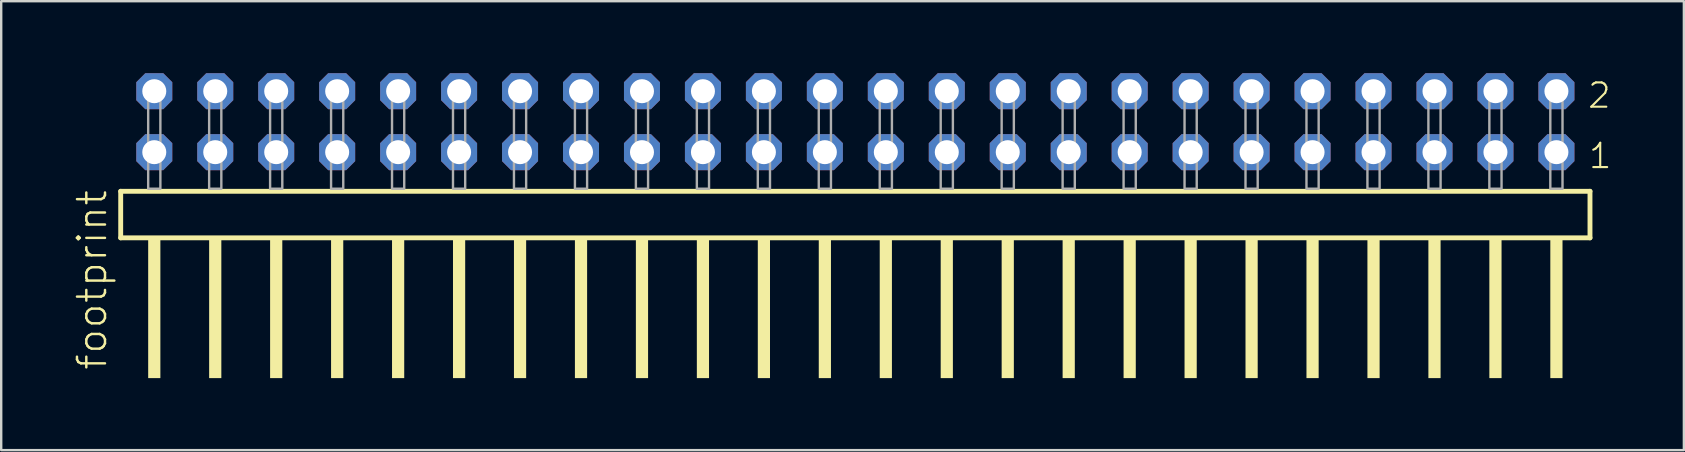
<source format=kicad_pcb>
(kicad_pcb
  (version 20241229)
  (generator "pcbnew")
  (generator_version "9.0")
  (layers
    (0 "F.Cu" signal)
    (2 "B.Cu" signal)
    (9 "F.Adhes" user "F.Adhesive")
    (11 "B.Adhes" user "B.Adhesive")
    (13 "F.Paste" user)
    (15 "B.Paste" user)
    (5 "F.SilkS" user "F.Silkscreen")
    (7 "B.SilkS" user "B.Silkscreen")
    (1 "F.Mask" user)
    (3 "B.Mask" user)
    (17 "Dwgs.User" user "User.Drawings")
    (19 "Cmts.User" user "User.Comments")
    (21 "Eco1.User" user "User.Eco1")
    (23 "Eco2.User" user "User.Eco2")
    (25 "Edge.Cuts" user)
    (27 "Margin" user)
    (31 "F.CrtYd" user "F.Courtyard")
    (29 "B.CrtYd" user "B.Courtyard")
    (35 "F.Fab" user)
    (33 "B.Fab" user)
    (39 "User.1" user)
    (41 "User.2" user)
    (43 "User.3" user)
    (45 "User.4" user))
  (footprint "footprint"
    (layer "F.Cu")
    (at 32.588 4.814)
    (property "Reference" "footprint" (at -31.115 7.62 90) (layer "F.SilkS") (effects (font (size 1.168 1.168) (thickness 0.102)) (justify left bottom)))
    (fp_line (start -30.609 0.106) (end -30.609 2.046) (stroke (width 0.203) (type solid)) (layer "F.SilkS"))
    (fp_line (start -30.609 2.046) (end 30.609 2.046) (stroke (width 0.203) (type solid)) (layer "F.SilkS"))
    (fp_line (start 30.609 0.106) (end -30.609 0.106) (stroke (width 0.203) (type solid)) (layer "F.SilkS"))
    (fp_line (start 30.609 2.046) (end 30.609 0.106) (stroke (width 0.203) (type solid)) (layer "F.SilkS"))
    (fp_poly (pts (xy -29.464 7.89) (xy -28.956 7.89) (xy -28.956 2.04) (xy -29.464 2.04)) (stroke (width 0) (type solid)) (fill yes) (layer "F.SilkS"))
    (fp_poly (pts (xy -26.924 7.89) (xy -26.416 7.89) (xy -26.416 2.04) (xy -26.924 2.04)) (stroke (width 0) (type solid)) (fill yes) (layer "F.SilkS"))
    (fp_poly (pts (xy -24.384 7.89) (xy -23.876 7.89) (xy -23.876 2.04) (xy -24.384 2.04)) (stroke (width 0) (type solid)) (fill yes) (layer "F.SilkS"))
    (fp_poly (pts (xy -21.844 7.89) (xy -21.336 7.89) (xy -21.336 2.04) (xy -21.844 2.04)) (stroke (width 0) (type solid)) (fill yes) (layer "F.SilkS"))
    (fp_poly (pts (xy -19.304 7.89) (xy -18.796 7.89) (xy -18.796 2.04) (xy -19.304 2.04)) (stroke (width 0) (type solid)) (fill yes) (layer "F.SilkS"))
    (fp_poly (pts (xy -16.764 7.89) (xy -16.256 7.89) (xy -16.256 2.04) (xy -16.764 2.04)) (stroke (width 0) (type solid)) (fill yes) (layer "F.SilkS"))
    (fp_poly (pts (xy -14.224 7.89) (xy -13.716 7.89) (xy -13.716 2.04) (xy -14.224 2.04)) (stroke (width 0) (type solid)) (fill yes) (layer "F.SilkS"))
    (fp_poly (pts (xy -11.684 7.89) (xy -11.176 7.89) (xy -11.176 2.04) (xy -11.684 2.04)) (stroke (width 0) (type solid)) (fill yes) (layer "F.SilkS"))
    (fp_poly (pts (xy -9.144 7.89) (xy -8.636 7.89) (xy -8.636 2.04) (xy -9.144 2.04)) (stroke (width 0) (type solid)) (fill yes) (layer "F.SilkS"))
    (fp_poly (pts (xy -6.604 7.89) (xy -6.096 7.89) (xy -6.096 2.04) (xy -6.604 2.04)) (stroke (width 0) (type solid)) (fill yes) (layer "F.SilkS"))
    (fp_poly (pts (xy -4.064 7.89) (xy -3.556 7.89) (xy -3.556 2.04) (xy -4.064 2.04)) (stroke (width 0) (type solid)) (fill yes) (layer "F.SilkS"))
    (fp_poly (pts (xy -1.524 7.89) (xy -1.016 7.89) (xy -1.016 2.04) (xy -1.524 2.04)) (stroke (width 0) (type solid)) (fill yes) (layer "F.SilkS"))
    (fp_poly (pts (xy 1.016 7.89) (xy 1.524 7.89) (xy 1.524 2.04) (xy 1.016 2.04)) (stroke (width 0) (type solid)) (fill yes) (layer "F.SilkS"))
    (fp_poly (pts (xy 3.556 7.89) (xy 4.064 7.89) (xy 4.064 2.04) (xy 3.556 2.04)) (stroke (width 0) (type solid)) (fill yes) (layer "F.SilkS"))
    (fp_poly (pts (xy 6.096 7.89) (xy 6.604 7.89) (xy 6.604 2.04) (xy 6.096 2.04)) (stroke (width 0) (type solid)) (fill yes) (layer "F.SilkS"))
    (fp_poly (pts (xy 8.636 7.89) (xy 9.144 7.89) (xy 9.144 2.04) (xy 8.636 2.04)) (stroke (width 0) (type solid)) (fill yes) (layer "F.SilkS"))
    (fp_poly (pts (xy 11.176 7.89) (xy 11.684 7.89) (xy 11.684 2.04) (xy 11.176 2.04)) (stroke (width 0) (type solid)) (fill yes) (layer "F.SilkS"))
    (fp_poly (pts (xy 13.716 7.89) (xy 14.224 7.89) (xy 14.224 2.04) (xy 13.716 2.04)) (stroke (width 0) (type solid)) (fill yes) (layer "F.SilkS"))
    (fp_poly (pts (xy 16.256 7.89) (xy 16.764 7.89) (xy 16.764 2.04) (xy 16.256 2.04)) (stroke (width 0) (type solid)) (fill yes) (layer "F.SilkS"))
    (fp_poly (pts (xy 18.796 7.89) (xy 19.304 7.89) (xy 19.304 2.04) (xy 18.796 2.04)) (stroke (width 0) (type solid)) (fill yes) (layer "F.SilkS"))
    (fp_poly (pts (xy 21.336 7.89) (xy 21.844 7.89) (xy 21.844 2.04) (xy 21.336 2.04)) (stroke (width 0) (type solid)) (fill yes) (layer "F.SilkS"))
    (fp_poly (pts (xy 23.876 7.89) (xy 24.384 7.89) (xy 24.384 2.04) (xy 23.876 2.04)) (stroke (width 0) (type solid)) (fill yes) (layer "F.SilkS"))
    (fp_poly (pts (xy 26.416 7.89) (xy 26.924 7.89) (xy 26.924 2.04) (xy 26.416 2.04)) (stroke (width 0) (type solid)) (fill yes) (layer "F.SilkS"))
    (fp_poly (pts (xy 28.956 7.89) (xy 29.464 7.89) (xy 29.464 2.04) (xy 28.956 2.04)) (stroke (width 0) (type solid)) (fill yes) (layer "F.SilkS"))
    (fp_poly (pts (xy -29.464 0) (xy -28.956 0) (xy -28.956 -4.318) (xy -29.464 -4.318)) (stroke (width 0.1) (type solid)) (fill no) (layer "F.Fab"))
    (fp_poly (pts (xy -26.924 0) (xy -26.416 0) (xy -26.416 -4.318) (xy -26.924 -4.318)) (stroke (width 0.1) (type solid)) (fill no) (layer "F.Fab"))
    (fp_poly (pts (xy -24.384 0) (xy -23.876 0) (xy -23.876 -4.318) (xy -24.384 -4.318)) (stroke (width 0.1) (type solid)) (fill no) (layer "F.Fab"))
    (fp_poly (pts (xy -21.844 0) (xy -21.336 0) (xy -21.336 -4.318) (xy -21.844 -4.318)) (stroke (width 0.1) (type solid)) (fill no) (layer "F.Fab"))
    (fp_poly (pts (xy -19.304 0) (xy -18.796 0) (xy -18.796 -4.318) (xy -19.304 -4.318)) (stroke (width 0.1) (type solid)) (fill no) (layer "F.Fab"))
    (fp_poly (pts (xy -16.764 0) (xy -16.256 0) (xy -16.256 -4.318) (xy -16.764 -4.318)) (stroke (width 0.1) (type solid)) (fill no) (layer "F.Fab"))
    (fp_poly (pts (xy -14.224 0) (xy -13.716 0) (xy -13.716 -4.318) (xy -14.224 -4.318)) (stroke (width 0.1) (type solid)) (fill no) (layer "F.Fab"))
    (fp_poly (pts (xy -11.684 0) (xy -11.176 0) (xy -11.176 -4.318) (xy -11.684 -4.318)) (stroke (width 0.1) (type solid)) (fill no) (layer "F.Fab"))
    (fp_poly (pts (xy -9.144 0) (xy -8.636 0) (xy -8.636 -4.318) (xy -9.144 -4.318)) (stroke (width 0.1) (type solid)) (fill no) (layer "F.Fab"))
    (fp_poly (pts (xy -6.604 0) (xy -6.096 0) (xy -6.096 -4.318) (xy -6.604 -4.318)) (stroke (width 0.1) (type solid)) (fill no) (layer "F.Fab"))
    (fp_poly (pts (xy -4.064 0) (xy -3.556 0) (xy -3.556 -4.318) (xy -4.064 -4.318)) (stroke (width 0.1) (type solid)) (fill no) (layer "F.Fab"))
    (fp_poly (pts (xy -1.524 0) (xy -1.016 0) (xy -1.016 -4.318) (xy -1.524 -4.318)) (stroke (width 0.1) (type solid)) (fill no) (layer "F.Fab"))
    (fp_poly (pts (xy 1.016 0) (xy 1.524 0) (xy 1.524 -4.318) (xy 1.016 -4.318)) (stroke (width 0.1) (type solid)) (fill no) (layer "F.Fab"))
    (fp_poly (pts (xy 3.556 0) (xy 4.064 0) (xy 4.064 -4.318) (xy 3.556 -4.318)) (stroke (width 0.1) (type solid)) (fill no) (layer "F.Fab"))
    (fp_poly (pts (xy 6.096 0) (xy 6.604 0) (xy 6.604 -4.318) (xy 6.096 -4.318)) (stroke (width 0.1) (type solid)) (fill no) (layer "F.Fab"))
    (fp_poly (pts (xy 8.636 0) (xy 9.144 0) (xy 9.144 -4.318) (xy 8.636 -4.318)) (stroke (width 0.1) (type solid)) (fill no) (layer "F.Fab"))
    (fp_poly (pts (xy 11.176 0) (xy 11.684 0) (xy 11.684 -4.318) (xy 11.176 -4.318)) (stroke (width 0.1) (type solid)) (fill no) (layer "F.Fab"))
    (fp_poly (pts (xy 13.716 0) (xy 14.224 0) (xy 14.224 -4.318) (xy 13.716 -4.318)) (stroke (width 0.1) (type solid)) (fill no) (layer "F.Fab"))
    (fp_poly (pts (xy 16.256 0) (xy 16.764 0) (xy 16.764 -4.318) (xy 16.256 -4.318)) (stroke (width 0.1) (type solid)) (fill no) (layer "F.Fab"))
    (fp_poly (pts (xy 18.796 0) (xy 19.304 0) (xy 19.304 -4.318) (xy 18.796 -4.318)) (stroke (width 0.1) (type solid)) (fill no) (layer "F.Fab"))
    (fp_poly (pts (xy 21.336 0) (xy 21.844 0) (xy 21.844 -4.318) (xy 21.336 -4.318)) (stroke (width 0.1) (type solid)) (fill no) (layer "F.Fab"))
    (fp_poly (pts (xy 23.876 0) (xy 24.384 0) (xy 24.384 -4.318) (xy 23.876 -4.318)) (stroke (width 0.1) (type solid)) (fill no) (layer "F.Fab"))
    (fp_poly (pts (xy 26.416 0) (xy 26.924 0) (xy 26.924 -4.318) (xy 26.416 -4.318)) (stroke (width 0.1) (type solid)) (fill no) (layer "F.Fab"))
    (fp_poly (pts (xy 28.956 0) (xy 29.464 0) (xy 29.464 -4.318) (xy 28.956 -4.318)) (stroke (width 0.1) (type solid)) (fill no) (layer "F.Fab"))
    (fp_text user "2" (at 30.46 -3.29 0) (layer "F.SilkS") (effects (font (size 1.012 1.012) (thickness 0.088)) (justify left bottom)))
    (fp_text user "1" (at 30.495 -0.775 0) (layer "F.SilkS") (effects (font (size 1.012 1.012) (thickness 0.088)) (justify left bottom)))
    (pad "1" thru_hole roundrect (at 29.21 -1.524 180) (size 1.5 1.5) (drill 1) (layers "*.Cu" "*.Mask") (roundrect_rratio 0.25) (chamfer_ratio 0.25) (chamfer top_left top_right bottom_left bottom_right))
    (pad "2" thru_hole roundrect (at 29.21 -4.064 180) (size 1.5 1.5) (drill 1) (layers "*.Cu" "*.Mask") (roundrect_rratio 0.25) (chamfer_ratio 0.25) (chamfer top_left top_right bottom_left bottom_right))
    (pad "3" thru_hole roundrect (at 26.67 -1.524 180) (size 1.5 1.5) (drill 1) (layers "*.Cu" "*.Mask") (roundrect_rratio 0.25) (chamfer_ratio 0.25) (chamfer top_left top_right bottom_left bottom_right))
    (pad "4" thru_hole roundrect (at 26.67 -4.064 180) (size 1.5 1.5) (drill 1) (layers "*.Cu" "*.Mask") (roundrect_rratio 0.25) (chamfer_ratio 0.25) (chamfer top_left top_right bottom_left bottom_right))
    (pad "5" thru_hole roundrect (at 24.13 -1.524 180) (size 1.5 1.5) (drill 1) (layers "*.Cu" "*.Mask") (roundrect_rratio 0.25) (chamfer_ratio 0.25) (chamfer top_left top_right bottom_left bottom_right))
    (pad "6" thru_hole roundrect (at 24.13 -4.064 180) (size 1.5 1.5) (drill 1) (layers "*.Cu" "*.Mask") (roundrect_rratio 0.25) (chamfer_ratio 0.25) (chamfer top_left top_right bottom_left bottom_right))
    (pad "7" thru_hole roundrect (at 21.59 -1.524 180) (size 1.5 1.5) (drill 1) (layers "*.Cu" "*.Mask") (roundrect_rratio 0.25) (chamfer_ratio 0.25) (chamfer top_left top_right bottom_left bottom_right))
    (pad "8" thru_hole roundrect (at 21.59 -4.064 180) (size 1.5 1.5) (drill 1) (layers "*.Cu" "*.Mask") (roundrect_rratio 0.25) (chamfer_ratio 0.25) (chamfer top_left top_right bottom_left bottom_right))
    (pad "9" thru_hole roundrect (at 19.05 -1.524 180) (size 1.5 1.5) (drill 1) (layers "*.Cu" "*.Mask") (roundrect_rratio 0.25) (chamfer_ratio 0.25) (chamfer top_left top_right bottom_left bottom_right))
    (pad "10" thru_hole roundrect (at 19.05 -4.064 180) (size 1.5 1.5) (drill 1) (layers "*.Cu" "*.Mask") (roundrect_rratio 0.25) (chamfer_ratio 0.25) (chamfer top_left top_right bottom_left bottom_right))
    (pad "11" thru_hole roundrect (at 16.51 -1.524 180) (size 1.5 1.5) (drill 1) (layers "*.Cu" "*.Mask") (roundrect_rratio 0.25) (chamfer_ratio 0.25) (chamfer top_left top_right bottom_left bottom_right))
    (pad "12" thru_hole roundrect (at 16.51 -4.064 180) (size 1.5 1.5) (drill 1) (layers "*.Cu" "*.Mask") (roundrect_rratio 0.25) (chamfer_ratio 0.25) (chamfer top_left top_right bottom_left bottom_right))
    (pad "13" thru_hole roundrect (at 13.97 -1.524 180) (size 1.5 1.5) (drill 1) (layers "*.Cu" "*.Mask") (roundrect_rratio 0.25) (chamfer_ratio 0.25) (chamfer top_left top_right bottom_left bottom_right))
    (pad "14" thru_hole roundrect (at 13.97 -4.064 180) (size 1.5 1.5) (drill 1) (layers "*.Cu" "*.Mask") (roundrect_rratio 0.25) (chamfer_ratio 0.25) (chamfer top_left top_right bottom_left bottom_right))
    (pad "15" thru_hole roundrect (at 11.43 -1.524 180) (size 1.5 1.5) (drill 1) (layers "*.Cu" "*.Mask") (roundrect_rratio 0.25) (chamfer_ratio 0.25) (chamfer top_left top_right bottom_left bottom_right))
    (pad "16" thru_hole roundrect (at 11.43 -4.064 180) (size 1.5 1.5) (drill 1) (layers "*.Cu" "*.Mask") (roundrect_rratio 0.25) (chamfer_ratio 0.25) (chamfer top_left top_right bottom_left bottom_right))
    (pad "17" thru_hole roundrect (at 8.89 -1.524 180) (size 1.5 1.5) (drill 1) (layers "*.Cu" "*.Mask") (roundrect_rratio 0.25) (chamfer_ratio 0.25) (chamfer top_left top_right bottom_left bottom_right))
    (pad "18" thru_hole roundrect (at 8.89 -4.064 180) (size 1.5 1.5) (drill 1) (layers "*.Cu" "*.Mask") (roundrect_rratio 0.25) (chamfer_ratio 0.25) (chamfer top_left top_right bottom_left bottom_right))
    (pad "19" thru_hole roundrect (at 6.35 -1.524 180) (size 1.5 1.5) (drill 1) (layers "*.Cu" "*.Mask") (roundrect_rratio 0.25) (chamfer_ratio 0.25) (chamfer top_left top_right bottom_left bottom_right))
    (pad "20" thru_hole roundrect (at 6.35 -4.064 180) (size 1.5 1.5) (drill 1) (layers "*.Cu" "*.Mask") (roundrect_rratio 0.25) (chamfer_ratio 0.25) (chamfer top_left top_right bottom_left bottom_right))
    (pad "21" thru_hole roundrect (at 3.81 -1.524 180) (size 1.5 1.5) (drill 1) (layers "*.Cu" "*.Mask") (roundrect_rratio 0.25) (chamfer_ratio 0.25) (chamfer top_left top_right bottom_left bottom_right))
    (pad "22" thru_hole roundrect (at 3.81 -4.064 180) (size 1.5 1.5) (drill 1) (layers "*.Cu" "*.Mask") (roundrect_rratio 0.25) (chamfer_ratio 0.25) (chamfer top_left top_right bottom_left bottom_right))
    (pad "23" thru_hole roundrect (at 1.27 -1.524 180) (size 1.5 1.5) (drill 1) (layers "*.Cu" "*.Mask") (roundrect_rratio 0.25) (chamfer_ratio 0.25) (chamfer top_left top_right bottom_left bottom_right))
    (pad "24" thru_hole roundrect (at 1.27 -4.064 180) (size 1.5 1.5) (drill 1) (layers "*.Cu" "*.Mask") (roundrect_rratio 0.25) (chamfer_ratio 0.25) (chamfer top_left top_right bottom_left bottom_right))
    (pad "25" thru_hole roundrect (at -1.27 -1.524 180) (size 1.5 1.5) (drill 1) (layers "*.Cu" "*.Mask") (roundrect_rratio 0.25) (chamfer_ratio 0.25) (chamfer top_left top_right bottom_left bottom_right))
    (pad "26" thru_hole roundrect (at -1.27 -4.064 180) (size 1.5 1.5) (drill 1) (layers "*.Cu" "*.Mask") (roundrect_rratio 0.25) (chamfer_ratio 0.25) (chamfer top_left top_right bottom_left bottom_right))
    (pad "27" thru_hole roundrect (at -3.81 -1.524 180) (size 1.5 1.5) (drill 1) (layers "*.Cu" "*.Mask") (roundrect_rratio 0.25) (chamfer_ratio 0.25) (chamfer top_left top_right bottom_left bottom_right))
    (pad "28" thru_hole roundrect (at -3.81 -4.064 180) (size 1.5 1.5) (drill 1) (layers "*.Cu" "*.Mask") (roundrect_rratio 0.25) (chamfer_ratio 0.25) (chamfer top_left top_right bottom_left bottom_right))
    (pad "29" thru_hole roundrect (at -6.35 -1.524 180) (size 1.5 1.5) (drill 1) (layers "*.Cu" "*.Mask") (roundrect_rratio 0.25) (chamfer_ratio 0.25) (chamfer top_left top_right bottom_left bottom_right))
    (pad "30" thru_hole roundrect (at -6.35 -4.064 180) (size 1.5 1.5) (drill 1) (layers "*.Cu" "*.Mask") (roundrect_rratio 0.25) (chamfer_ratio 0.25) (chamfer top_left top_right bottom_left bottom_right))
    (pad "31" thru_hole roundrect (at -8.89 -1.524 180) (size 1.5 1.5) (drill 1) (layers "*.Cu" "*.Mask") (roundrect_rratio 0.25) (chamfer_ratio 0.25) (chamfer top_left top_right bottom_left bottom_right))
    (pad "32" thru_hole roundrect (at -8.89 -4.064 180) (size 1.5 1.5) (drill 1) (layers "*.Cu" "*.Mask") (roundrect_rratio 0.25) (chamfer_ratio 0.25) (chamfer top_left top_right bottom_left bottom_right))
    (pad "33" thru_hole roundrect (at -11.43 -1.524 180) (size 1.5 1.5) (drill 1) (layers "*.Cu" "*.Mask") (roundrect_rratio 0.25) (chamfer_ratio 0.25) (chamfer top_left top_right bottom_left bottom_right))
    (pad "34" thru_hole roundrect (at -11.43 -4.064 180) (size 1.5 1.5) (drill 1) (layers "*.Cu" "*.Mask") (roundrect_rratio 0.25) (chamfer_ratio 0.25) (chamfer top_left top_right bottom_left bottom_right))
    (pad "35" thru_hole roundrect (at -13.97 -1.524 180) (size 1.5 1.5) (drill 1) (layers "*.Cu" "*.Mask") (roundrect_rratio 0.25) (chamfer_ratio 0.25) (chamfer top_left top_right bottom_left bottom_right))
    (pad "36" thru_hole roundrect (at -13.97 -4.064 180) (size 1.5 1.5) (drill 1) (layers "*.Cu" "*.Mask") (roundrect_rratio 0.25) (chamfer_ratio 0.25) (chamfer top_left top_right bottom_left bottom_right))
    (pad "37" thru_hole roundrect (at -16.51 -1.524 180) (size 1.5 1.5) (drill 1) (layers "*.Cu" "*.Mask") (roundrect_rratio 0.25) (chamfer_ratio 0.25) (chamfer top_left top_right bottom_left bottom_right))
    (pad "38" thru_hole roundrect (at -16.51 -4.064 180) (size 1.5 1.5) (drill 1) (layers "*.Cu" "*.Mask") (roundrect_rratio 0.25) (chamfer_ratio 0.25) (chamfer top_left top_right bottom_left bottom_right))
    (pad "39" thru_hole roundrect (at -19.05 -1.524 180) (size 1.5 1.5) (drill 1) (layers "*.Cu" "*.Mask") (roundrect_rratio 0.25) (chamfer_ratio 0.25) (chamfer top_left top_right bottom_left bottom_right))
    (pad "40" thru_hole roundrect (at -19.05 -4.064 180) (size 1.5 1.5) (drill 1) (layers "*.Cu" "*.Mask") (roundrect_rratio 0.25) (chamfer_ratio 0.25) (chamfer top_left top_right bottom_left bottom_right))
    (pad "41" thru_hole roundrect (at -21.59 -1.524 180) (size 1.5 1.5) (drill 1) (layers "*.Cu" "*.Mask") (roundrect_rratio 0.25) (chamfer_ratio 0.25) (chamfer top_left top_right bottom_left bottom_right))
    (pad "42" thru_hole roundrect (at -21.59 -4.064 180) (size 1.5 1.5) (drill 1) (layers "*.Cu" "*.Mask") (roundrect_rratio 0.25) (chamfer_ratio 0.25) (chamfer top_left top_right bottom_left bottom_right))
    (pad "43" thru_hole roundrect (at -24.13 -1.524 180) (size 1.5 1.5) (drill 1) (layers "*.Cu" "*.Mask") (roundrect_rratio 0.25) (chamfer_ratio 0.25) (chamfer top_left top_right bottom_left bottom_right))
    (pad "44" thru_hole roundrect (at -24.13 -4.064 180) (size 1.5 1.5) (drill 1) (layers "*.Cu" "*.Mask") (roundrect_rratio 0.25) (chamfer_ratio 0.25) (chamfer top_left top_right bottom_left bottom_right))
    (pad "45" thru_hole roundrect (at -26.67 -1.524 180) (size 1.5 1.5) (drill 1) (layers "*.Cu" "*.Mask") (roundrect_rratio 0.25) (chamfer_ratio 0.25) (chamfer top_left top_right bottom_left bottom_right))
    (pad "46" thru_hole roundrect (at -26.67 -4.064 180) (size 1.5 1.5) (drill 1) (layers "*.Cu" "*.Mask") (roundrect_rratio 0.25) (chamfer_ratio 0.25) (chamfer top_left top_right bottom_left bottom_right))
    (pad "47" thru_hole roundrect (at -29.21 -1.524 180) (size 1.5 1.5) (drill 1) (layers "*.Cu" "*.Mask") (roundrect_rratio 0.25) (chamfer_ratio 0.25) (chamfer top_left top_right bottom_left bottom_right))
    (pad "48" thru_hole roundrect (at -29.21 -4.064 180) (size 1.5 1.5) (drill 1) (layers "*.Cu" "*.Mask") (roundrect_rratio 0.25) (chamfer_ratio 0.25) (chamfer top_left top_right bottom_left bottom_right)))
  (gr_rect
    (start -3 -3)
    (end 67.109 15.704)
    (stroke (width 0.1) (type default))
    (fill no)
    (layer "Edge.Cuts")))
</source>
